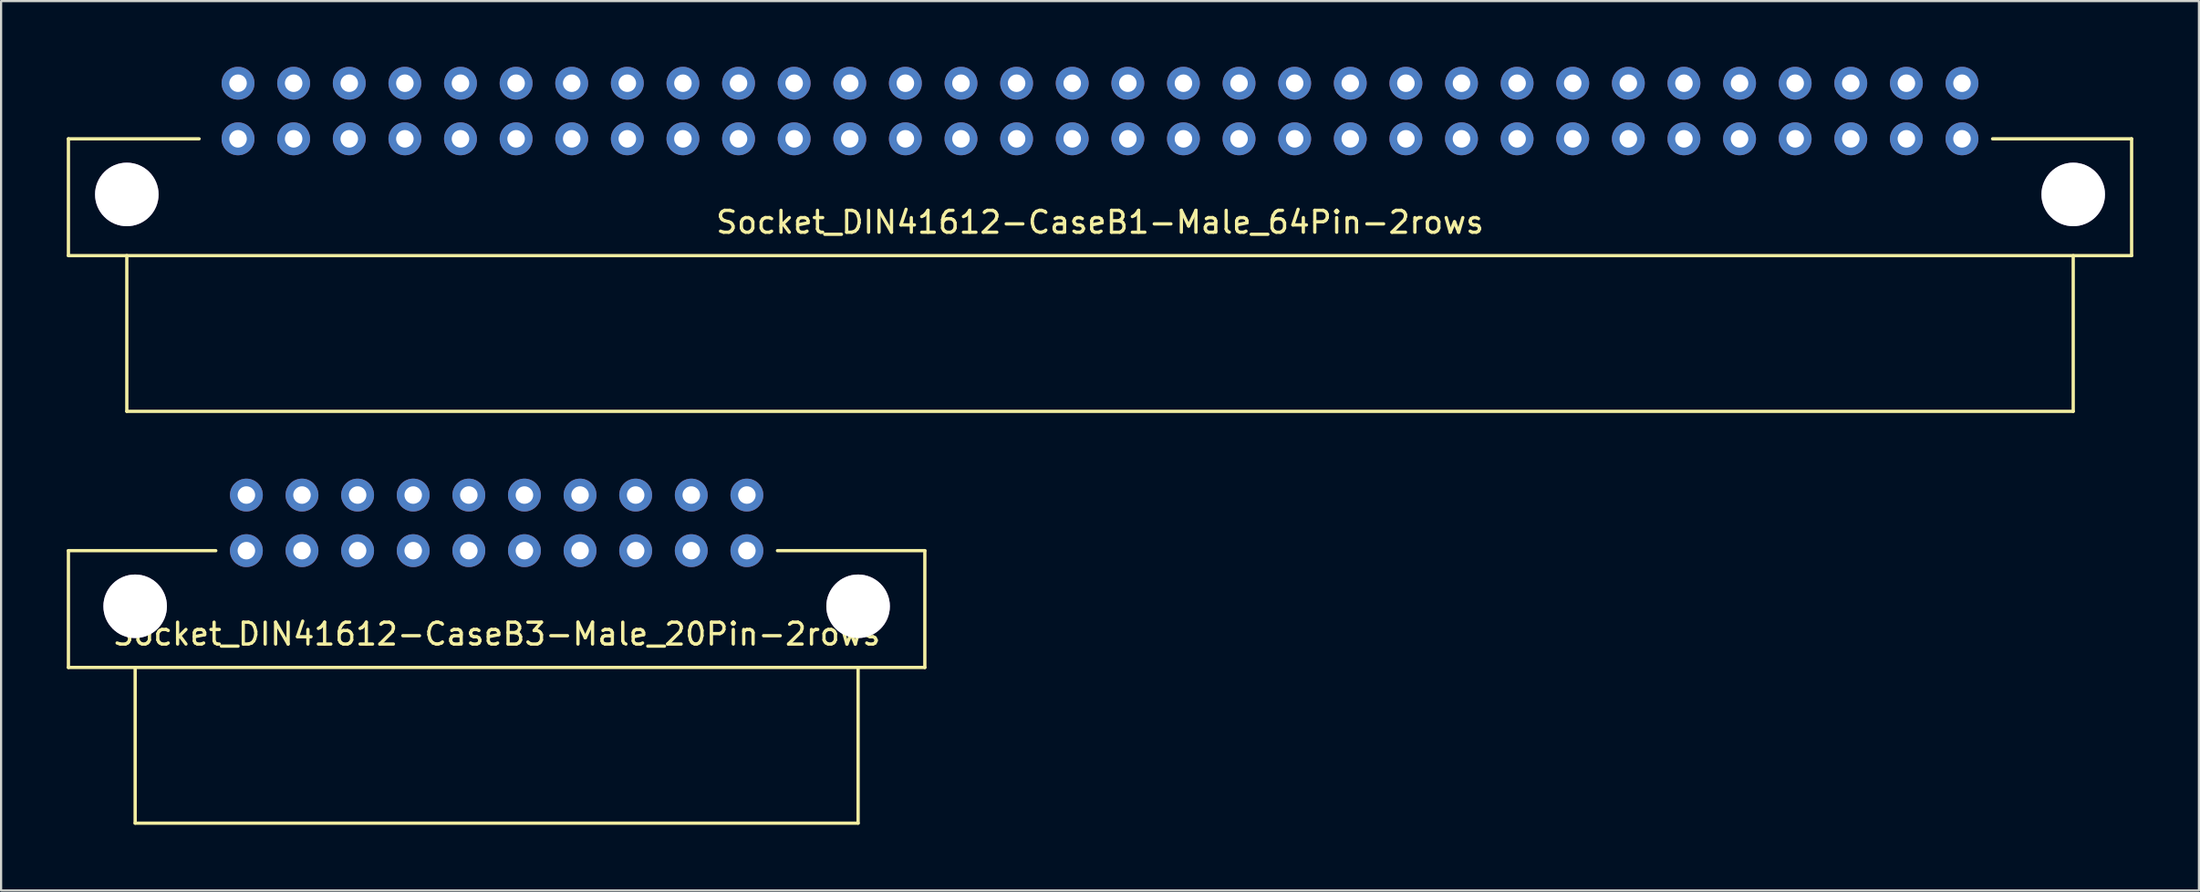
<source format=kicad_pcb>
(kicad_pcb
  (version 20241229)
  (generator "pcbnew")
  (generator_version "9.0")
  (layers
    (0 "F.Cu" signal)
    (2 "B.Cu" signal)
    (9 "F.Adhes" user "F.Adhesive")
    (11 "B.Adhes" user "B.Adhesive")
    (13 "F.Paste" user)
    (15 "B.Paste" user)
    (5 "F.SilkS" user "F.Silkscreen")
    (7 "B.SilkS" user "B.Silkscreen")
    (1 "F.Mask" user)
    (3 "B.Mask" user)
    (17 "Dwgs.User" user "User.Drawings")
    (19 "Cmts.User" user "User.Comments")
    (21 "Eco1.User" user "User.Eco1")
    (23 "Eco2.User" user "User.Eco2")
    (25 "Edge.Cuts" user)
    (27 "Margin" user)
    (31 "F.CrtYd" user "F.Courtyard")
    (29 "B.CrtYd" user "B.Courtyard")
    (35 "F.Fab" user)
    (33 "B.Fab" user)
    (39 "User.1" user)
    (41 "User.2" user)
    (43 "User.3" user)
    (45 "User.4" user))
  (footprint "Socket_DIN41612-CaseB1-Male_64Pin-2rows"
    (layer "F.Cu")
    (at 47.192 2.021)
    (property "Reference" "Socket_DIN41612-CaseB1-Male_64Pin-2rows" (at 0 5.08 0) (layer "F.SilkS") (effects (font (size 1 1) (thickness 0.15))))
    (attr through_hole)
    (fp_line (start -47.117 1.27) (end -41.148 1.27) (stroke (width 0.15) (type solid)) (layer "F.SilkS"))
    (fp_line (start -47.117 6.604) (end -47.117 1.27) (stroke (width 0.15) (type solid)) (layer "F.SilkS"))
    (fp_line (start -44.45 13.716) (end -44.45 6.604) (stroke (width 0.15) (type solid)) (layer "F.SilkS"))
    (fp_line (start 44.45 6.604) (end 44.45 13.716) (stroke (width 0.15) (type solid)) (layer "F.SilkS"))
    (fp_line (start 44.45 13.716) (end -44.45 13.716) (stroke (width 0.15) (type solid)) (layer "F.SilkS"))
    (fp_line (start 47.117 1.27) (end 40.767 1.27) (stroke (width 0.15) (type solid)) (layer "F.SilkS"))
    (fp_line (start 47.117 1.27) (end 47.117 6.604) (stroke (width 0.15) (type solid)) (layer "F.SilkS"))
    (fp_line (start 47.117 6.604) (end -47.117 6.604) (stroke (width 0.15) (type solid)) (layer "F.SilkS"))
    (pad "1" thru_hole circle (at -44.45 3.81) (size 2.901 2.901) (drill 2.901) (layers "*.Cu" "*.Mask"))
    (pad "1" thru_hole circle (at 44.45 3.81) (size 2.901 2.901) (drill 2.901) (layers "*.Cu" "*.Mask"))
    (pad "1a" thru_hole circle (at 39.37 -1.27 180) (size 1.501 1.501) (drill 0.8) (layers "*.Cu" "*.Mask"))
    (pad "1b" thru_hole circle (at 39.37 1.27 180) (size 1.501 1.501) (drill 0.8) (layers "*.Cu" "*.Mask"))
    (pad "2a" thru_hole circle (at 36.83 -1.27 180) (size 1.501 1.501) (drill 0.8) (layers "*.Cu" "*.Mask"))
    (pad "2b" thru_hole circle (at 36.83 1.27 180) (size 1.501 1.501) (drill 0.8) (layers "*.Cu" "*.Mask"))
    (pad "3a" thru_hole circle (at 34.29 -1.27 180) (size 1.501 1.501) (drill 0.8) (layers "*.Cu" "*.Mask"))
    (pad "3b" thru_hole circle (at 34.29 1.27 180) (size 1.501 1.501) (drill 0.8) (layers "*.Cu" "*.Mask"))
    (pad "4a" thru_hole circle (at 31.75 -1.27 180) (size 1.501 1.501) (drill 0.8) (layers "*.Cu" "*.Mask"))
    (pad "4b" thru_hole circle (at 31.75 1.27 180) (size 1.501 1.501) (drill 0.8) (layers "*.Cu" "*.Mask"))
    (pad "5a" thru_hole circle (at 29.21 -1.27 180) (size 1.501 1.501) (drill 0.8) (layers "*.Cu" "*.Mask"))
    (pad "5b" thru_hole circle (at 29.21 1.27 180) (size 1.501 1.501) (drill 0.8) (layers "*.Cu" "*.Mask"))
    (pad "6a" thru_hole circle (at 26.67 -1.27 180) (size 1.501 1.501) (drill 0.8) (layers "*.Cu" "*.Mask"))
    (pad "6b" thru_hole circle (at 26.67 1.27 180) (size 1.501 1.501) (drill 0.8) (layers "*.Cu" "*.Mask"))
    (pad "7a" thru_hole circle (at 24.13 -1.27 180) (size 1.501 1.501) (drill 0.8) (layers "*.Cu" "*.Mask"))
    (pad "7b" thru_hole circle (at 24.13 1.27 180) (size 1.501 1.501) (drill 0.8) (layers "*.Cu" "*.Mask"))
    (pad "8a" thru_hole circle (at 21.59 -1.27 180) (size 1.501 1.501) (drill 0.8) (layers "*.Cu" "*.Mask"))
    (pad "8b" thru_hole circle (at 21.59 1.27 180) (size 1.501 1.501) (drill 0.8) (layers "*.Cu" "*.Mask"))
    (pad "9a" thru_hole circle (at 19.05 -1.27 180) (size 1.501 1.501) (drill 0.8) (layers "*.Cu" "*.Mask"))
    (pad "9b" thru_hole circle (at 19.05 1.27 180) (size 1.501 1.501) (drill 0.8) (layers "*.Cu" "*.Mask"))
    (pad "10a" thru_hole circle (at 16.51 -1.27 180) (size 1.501 1.501) (drill 0.8) (layers "*.Cu" "*.Mask"))
    (pad "10b" thru_hole circle (at 16.51 1.27 180) (size 1.501 1.501) (drill 0.8) (layers "*.Cu" "*.Mask"))
    (pad "11a" thru_hole circle (at 13.97 -1.27 180) (size 1.501 1.501) (drill 0.8) (layers "*.Cu" "*.Mask"))
    (pad "11b" thru_hole circle (at 13.97 1.27 180) (size 1.501 1.501) (drill 0.8) (layers "*.Cu" "*.Mask"))
    (pad "12a" thru_hole circle (at 11.43 -1.27 180) (size 1.501 1.501) (drill 0.8) (layers "*.Cu" "*.Mask"))
    (pad "12b" thru_hole circle (at 11.43 1.27 180) (size 1.501 1.501) (drill 0.8) (layers "*.Cu" "*.Mask"))
    (pad "13a" thru_hole circle (at 8.89 -1.27 180) (size 1.501 1.501) (drill 0.8) (layers "*.Cu" "*.Mask"))
    (pad "13b" thru_hole circle (at 8.89 1.27 180) (size 1.501 1.501) (drill 0.8) (layers "*.Cu" "*.Mask"))
    (pad "14a" thru_hole circle (at 6.35 -1.27 180) (size 1.501 1.501) (drill 0.8) (layers "*.Cu" "*.Mask"))
    (pad "14b" thru_hole circle (at 6.35 1.27 180) (size 1.501 1.501) (drill 0.8) (layers "*.Cu" "*.Mask"))
    (pad "15a" thru_hole circle (at 3.81 -1.27 180) (size 1.501 1.501) (drill 0.8) (layers "*.Cu" "*.Mask"))
    (pad "15b" thru_hole circle (at 3.81 1.27 180) (size 1.501 1.501) (drill 0.8) (layers "*.Cu" "*.Mask"))
    (pad "16a" thru_hole circle (at 1.27 -1.27 180) (size 1.501 1.501) (drill 0.8) (layers "*.Cu" "*.Mask"))
    (pad "16b" thru_hole circle (at 1.27 1.27 180) (size 1.501 1.501) (drill 0.8) (layers "*.Cu" "*.Mask"))
    (pad "17a" thru_hole circle (at -1.27 -1.27 180) (size 1.501 1.501) (drill 0.8) (layers "*.Cu" "*.Mask"))
    (pad "17b" thru_hole circle (at -1.27 1.27 180) (size 1.501 1.501) (drill 0.8) (layers "*.Cu" "*.Mask"))
    (pad "18a" thru_hole circle (at -3.81 -1.27 180) (size 1.501 1.501) (drill 0.8) (layers "*.Cu" "*.Mask"))
    (pad "18b" thru_hole circle (at -3.81 1.27 180) (size 1.501 1.501) (drill 0.8) (layers "*.Cu" "*.Mask"))
    (pad "19a" thru_hole circle (at -6.35 -1.27 180) (size 1.501 1.501) (drill 0.8) (layers "*.Cu" "*.Mask"))
    (pad "19b" thru_hole circle (at -6.35 1.27 180) (size 1.501 1.501) (drill 0.8) (layers "*.Cu" "*.Mask"))
    (pad "20a" thru_hole circle (at -8.89 -1.27 180) (size 1.501 1.501) (drill 0.8) (layers "*.Cu" "*.Mask"))
    (pad "20b" thru_hole circle (at -8.89 1.27 180) (size 1.501 1.501) (drill 0.8) (layers "*.Cu" "*.Mask"))
    (pad "21a" thru_hole circle (at -11.43 -1.27 180) (size 1.501 1.501) (drill 0.8) (layers "*.Cu" "*.Mask"))
    (pad "21b" thru_hole circle (at -11.43 1.27 180) (size 1.501 1.501) (drill 0.8) (layers "*.Cu" "*.Mask"))
    (pad "22a" thru_hole circle (at -13.97 -1.27 180) (size 1.501 1.501) (drill 0.8) (layers "*.Cu" "*.Mask"))
    (pad "22b" thru_hole circle (at -13.97 1.27 180) (size 1.501 1.501) (drill 0.8) (layers "*.Cu" "*.Mask"))
    (pad "23a" thru_hole circle (at -16.51 -1.27 180) (size 1.501 1.501) (drill 0.8) (layers "*.Cu" "*.Mask"))
    (pad "23b" thru_hole circle (at -16.51 1.27 180) (size 1.501 1.501) (drill 0.8) (layers "*.Cu" "*.Mask"))
    (pad "24a" thru_hole circle (at -19.05 -1.27 180) (size 1.501 1.501) (drill 0.8) (layers "*.Cu" "*.Mask"))
    (pad "24b" thru_hole circle (at -19.05 1.27 180) (size 1.501 1.501) (drill 0.8) (layers "*.Cu" "*.Mask"))
    (pad "25a" thru_hole circle (at -21.59 -1.27 180) (size 1.501 1.501) (drill 0.8) (layers "*.Cu" "*.Mask"))
    (pad "25b" thru_hole circle (at -21.59 1.27 180) (size 1.501 1.501) (drill 0.8) (layers "*.Cu" "*.Mask"))
    (pad "26a" thru_hole circle (at -24.13 -1.27 180) (size 1.501 1.501) (drill 0.8) (layers "*.Cu" "*.Mask"))
    (pad "26b" thru_hole circle (at -24.13 1.27 180) (size 1.501 1.501) (drill 0.8) (layers "*.Cu" "*.Mask"))
    (pad "27a" thru_hole circle (at -26.67 -1.27 180) (size 1.501 1.501) (drill 0.8) (layers "*.Cu" "*.Mask"))
    (pad "27b" thru_hole circle (at -26.67 1.27 180) (size 1.501 1.501) (drill 0.8) (layers "*.Cu" "*.Mask"))
    (pad "28a" thru_hole circle (at -29.21 -1.27 180) (size 1.501 1.501) (drill 0.8) (layers "*.Cu" "*.Mask"))
    (pad "28b" thru_hole circle (at -29.21 1.27 180) (size 1.501 1.501) (drill 0.8) (layers "*.Cu" "*.Mask"))
    (pad "29a" thru_hole circle (at -31.75 -1.27 180) (size 1.501 1.501) (drill 0.8) (layers "*.Cu" "*.Mask"))
    (pad "29b" thru_hole circle (at -31.75 1.27 180) (size 1.501 1.501) (drill 0.8) (layers "*.Cu" "*.Mask"))
    (pad "30a" thru_hole circle (at -34.29 -1.27 180) (size 1.501 1.501) (drill 0.8) (layers "*.Cu" "*.Mask"))
    (pad "30b" thru_hole circle (at -34.29 1.27 180) (size 1.501 1.501) (drill 0.8) (layers "*.Cu" "*.Mask"))
    (pad "31a" thru_hole circle (at -36.83 -1.27 180) (size 1.501 1.501) (drill 0.8) (layers "*.Cu" "*.Mask"))
    (pad "31b" thru_hole circle (at -36.83 1.27 180) (size 1.501 1.501) (drill 0.8) (layers "*.Cu" "*.Mask"))
    (pad "32a" thru_hole circle (at -39.37 -1.27 180) (size 1.501 1.501) (drill 0.8) (layers "*.Cu" "*.Mask"))
    (pad "32b" thru_hole circle (at -39.37 1.27 180) (size 1.501 1.501) (drill 0.8) (layers "*.Cu" "*.Mask")))
  (footprint "Socket_DIN41612-CaseB3-Male_20Pin-2rows"
    (layer "F.Cu")
    (at 19.633 20.832)
    (property "Reference" "Socket_DIN41612-CaseB3-Male_20Pin-2rows" (at 0 5.08 0) (layer "F.SilkS") (effects (font (size 1 1) (thickness 0.15))))
    (attr through_hole)
    (fp_line (start -19.558 1.27) (end -12.827 1.27) (stroke (width 0.15) (type solid)) (layer "F.SilkS"))
    (fp_line (start -19.558 6.604) (end -19.558 1.27) (stroke (width 0.15) (type solid)) (layer "F.SilkS"))
    (fp_line (start -16.51 13.716) (end -16.51 6.604) (stroke (width 0.15) (type solid)) (layer "F.SilkS"))
    (fp_line (start 16.51 6.604) (end 16.51 13.716) (stroke (width 0.15) (type solid)) (layer "F.SilkS"))
    (fp_line (start 16.51 13.716) (end -16.51 13.716) (stroke (width 0.15) (type solid)) (layer "F.SilkS"))
    (fp_line (start 19.558 1.27) (end 12.827 1.27) (stroke (width 0.15) (type solid)) (layer "F.SilkS"))
    (fp_line (start 19.558 1.27) (end 19.558 6.604) (stroke (width 0.15) (type solid)) (layer "F.SilkS"))
    (fp_line (start 19.558 6.604) (end -19.558 6.604) (stroke (width 0.15) (type solid)) (layer "F.SilkS"))
    (pad "1" thru_hole circle (at -16.51 3.81) (size 2.901 2.901) (drill 2.901) (layers "*.Cu" "*.Mask"))
    (pad "1" thru_hole circle (at 16.51 3.81) (size 2.901 2.901) (drill 2.901) (layers "*.Cu" "*.Mask"))
    (pad "1a" thru_hole circle (at 11.43 -1.27 180) (size 1.501 1.501) (drill 0.8) (layers "*.Cu" "*.Mask"))
    (pad "1b" thru_hole circle (at 11.43 1.27 180) (size 1.501 1.501) (drill 0.8) (layers "*.Cu" "*.Mask"))
    (pad "2a" thru_hole circle (at 8.89 -1.27 180) (size 1.501 1.501) (drill 0.8) (layers "*.Cu" "*.Mask"))
    (pad "2b" thru_hole circle (at 8.89 1.27 180) (size 1.501 1.501) (drill 0.8) (layers "*.Cu" "*.Mask"))
    (pad "3a" thru_hole circle (at 6.35 -1.27 180) (size 1.501 1.501) (drill 0.8) (layers "*.Cu" "*.Mask"))
    (pad "3b" thru_hole circle (at 6.35 1.27 180) (size 1.501 1.501) (drill 0.8) (layers "*.Cu" "*.Mask"))
    (pad "4a" thru_hole circle (at 3.81 -1.27 180) (size 1.501 1.501) (drill 0.8) (layers "*.Cu" "*.Mask"))
    (pad "4b" thru_hole circle (at 3.81 1.27 180) (size 1.501 1.501) (drill 0.8) (layers "*.Cu" "*.Mask"))
    (pad "5a" thru_hole circle (at 1.27 -1.27 180) (size 1.501 1.501) (drill 0.8) (layers "*.Cu" "*.Mask"))
    (pad "5b" thru_hole circle (at 1.27 1.27 180) (size 1.501 1.501) (drill 0.8) (layers "*.Cu" "*.Mask"))
    (pad "6a" thru_hole circle (at -1.27 -1.27 180) (size 1.501 1.501) (drill 0.8) (layers "*.Cu" "*.Mask"))
    (pad "6b" thru_hole circle (at -1.27 1.27 180) (size 1.501 1.501) (drill 0.8) (layers "*.Cu" "*.Mask"))
    (pad "7a" thru_hole circle (at -3.81 -1.27 180) (size 1.501 1.501) (drill 0.8) (layers "*.Cu" "*.Mask"))
    (pad "7b" thru_hole circle (at -3.81 1.27 180) (size 1.501 1.501) (drill 0.8) (layers "*.Cu" "*.Mask"))
    (pad "8a" thru_hole circle (at -6.35 -1.27 180) (size 1.501 1.501) (drill 0.8) (layers "*.Cu" "*.Mask"))
    (pad "8b" thru_hole circle (at -6.35 1.27 180) (size 1.501 1.501) (drill 0.8) (layers "*.Cu" "*.Mask"))
    (pad "9a" thru_hole circle (at -8.89 -1.27 180) (size 1.501 1.501) (drill 0.8) (layers "*.Cu" "*.Mask"))
    (pad "9b" thru_hole circle (at -8.89 1.27 180) (size 1.501 1.501) (drill 0.8) (layers "*.Cu" "*.Mask"))
    (pad "10a" thru_hole circle (at -11.43 -1.27 180) (size 1.501 1.501) (drill 0.8) (layers "*.Cu" "*.Mask"))
    (pad "10b" thru_hole circle (at -11.43 1.27 180) (size 1.501 1.501) (drill 0.8) (layers "*.Cu" "*.Mask")))
  (gr_rect
    (start -3 -3)
    (end 97.384 37.623)
    (stroke (width 0.1) (type default))
    (fill no)
    (layer "Edge.Cuts")))
</source>
